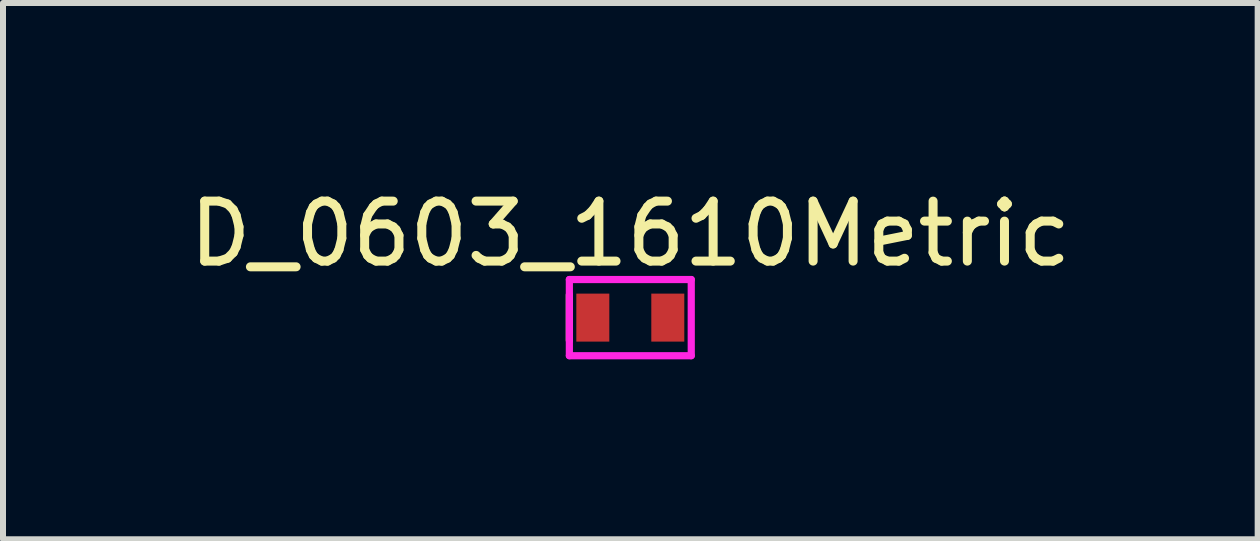
<source format=kicad_pcb>
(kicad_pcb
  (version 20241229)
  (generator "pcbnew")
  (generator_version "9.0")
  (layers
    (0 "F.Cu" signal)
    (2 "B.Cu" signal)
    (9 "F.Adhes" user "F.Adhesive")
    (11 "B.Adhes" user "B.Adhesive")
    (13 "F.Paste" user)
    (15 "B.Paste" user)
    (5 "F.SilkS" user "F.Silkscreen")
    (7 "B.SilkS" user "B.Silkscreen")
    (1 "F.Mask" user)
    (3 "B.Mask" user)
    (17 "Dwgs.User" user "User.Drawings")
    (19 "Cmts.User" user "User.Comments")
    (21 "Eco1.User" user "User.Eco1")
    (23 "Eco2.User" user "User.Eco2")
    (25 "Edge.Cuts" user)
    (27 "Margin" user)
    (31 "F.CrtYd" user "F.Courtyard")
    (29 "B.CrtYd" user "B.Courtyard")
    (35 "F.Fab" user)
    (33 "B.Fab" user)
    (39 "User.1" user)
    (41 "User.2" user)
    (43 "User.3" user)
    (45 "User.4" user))
  (footprint "D_0603_1610Metric"
    (layer "F.Cu")
    (at 7.458 2.245)
    (property "Reference" "D_0603_1610Metric" (at 0 -1.397 0) (layer "F.SilkS") (effects (font (size 1 1) (thickness 0.15))))
    (attr through_hole)
    (fp_line (start -1.016 -0.381) (end -1.016 0.381) (stroke (width 0.12) (type solid)) (layer "F.SilkS"))
    (fp_line (start -1.016 -0.635) (end -1.016 0.635) (stroke (width 0.12) (type solid)) (layer "F.CrtYd"))
    (fp_line (start -1.016 0.635) (end 1.016 0.635) (stroke (width 0.12) (type solid)) (layer "F.CrtYd"))
    (fp_line (start 1.016 -0.635) (end -1.016 -0.635) (stroke (width 0.12) (type solid)) (layer "F.CrtYd"))
    (fp_line (start 1.016 0.635) (end 1.016 -0.635) (stroke (width 0.12) (type solid)) (layer "F.CrtYd"))
    (pad "1" smd rect (at -0.625 0) (size 0.55 0.8) (layers "F.Cu" "F.Mask" "F.Paste"))
    (pad "2" smd rect (at 0.625 0) (size 0.55 0.8) (layers "F.Cu" "F.Mask" "F.Paste")))
  (gr_rect
    (start -3 -3)
    (end 17.917 5.94)
    (stroke (width 0.1) (type default))
    (fill no)
    (layer "Edge.Cuts")))
</source>
